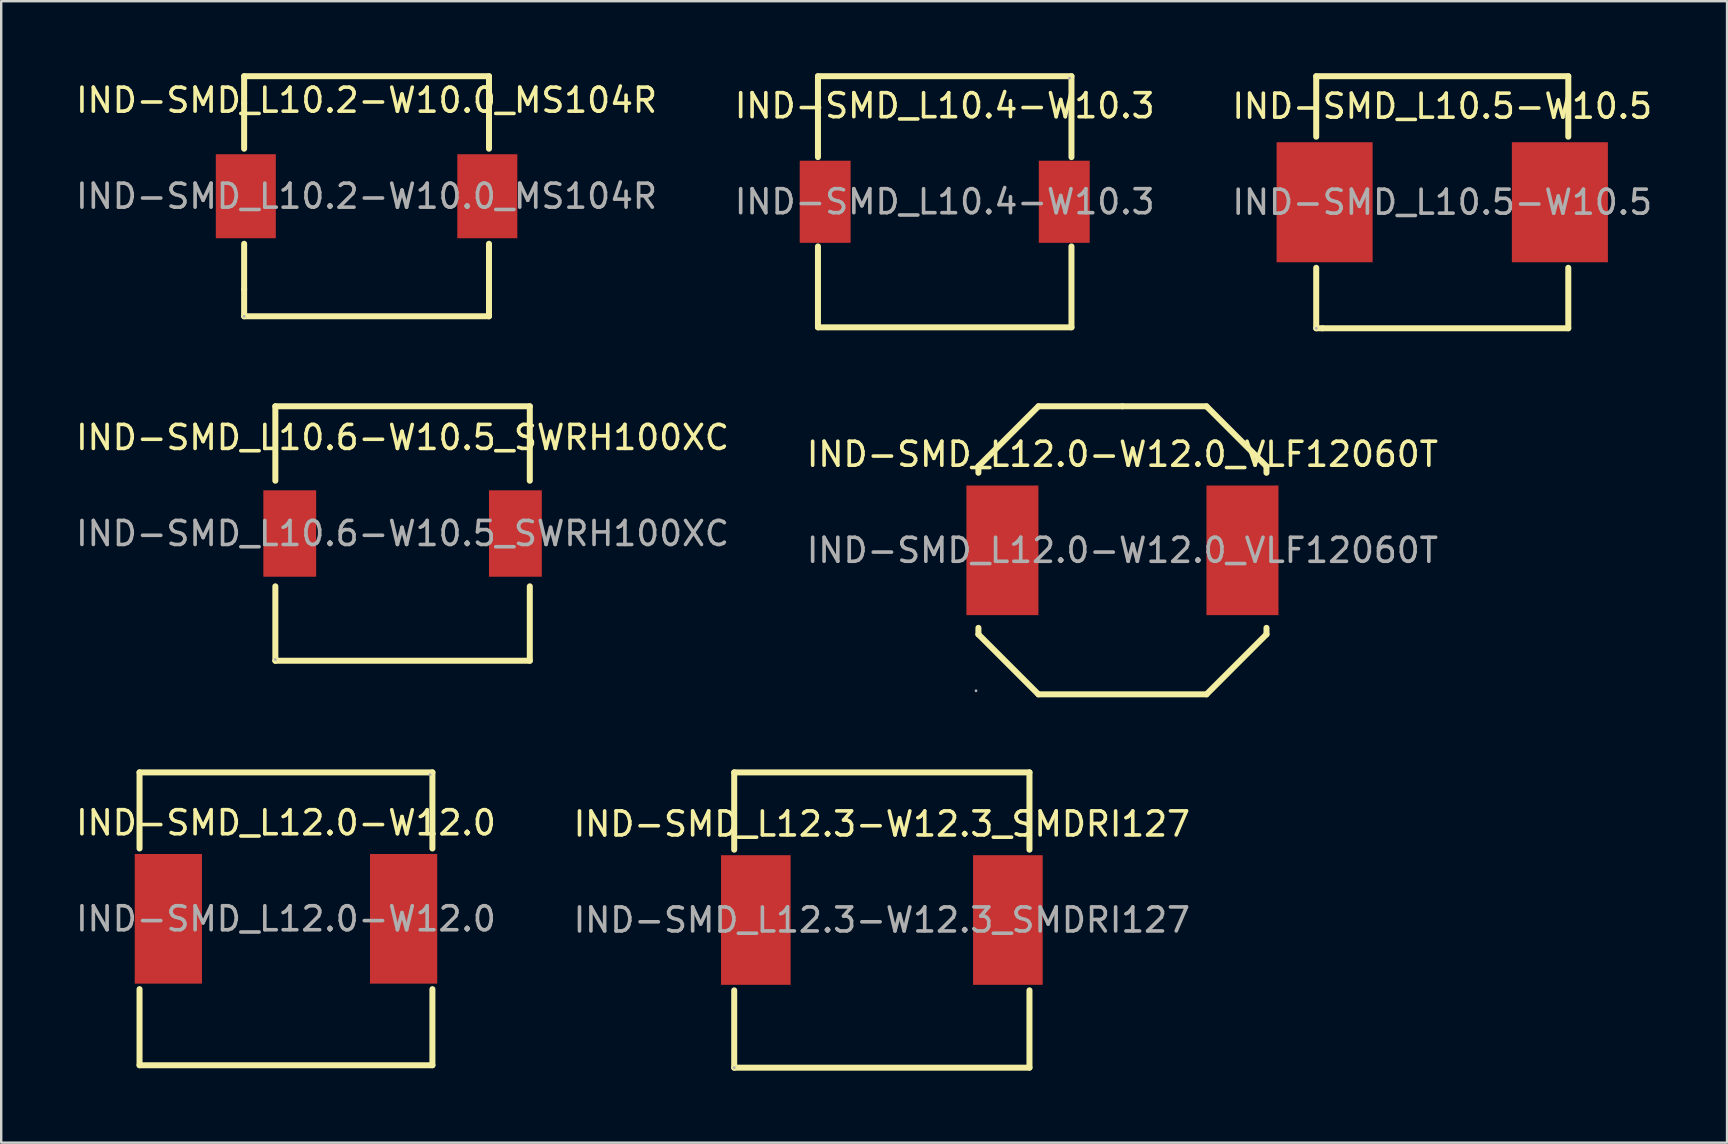
<source format=kicad_pcb>
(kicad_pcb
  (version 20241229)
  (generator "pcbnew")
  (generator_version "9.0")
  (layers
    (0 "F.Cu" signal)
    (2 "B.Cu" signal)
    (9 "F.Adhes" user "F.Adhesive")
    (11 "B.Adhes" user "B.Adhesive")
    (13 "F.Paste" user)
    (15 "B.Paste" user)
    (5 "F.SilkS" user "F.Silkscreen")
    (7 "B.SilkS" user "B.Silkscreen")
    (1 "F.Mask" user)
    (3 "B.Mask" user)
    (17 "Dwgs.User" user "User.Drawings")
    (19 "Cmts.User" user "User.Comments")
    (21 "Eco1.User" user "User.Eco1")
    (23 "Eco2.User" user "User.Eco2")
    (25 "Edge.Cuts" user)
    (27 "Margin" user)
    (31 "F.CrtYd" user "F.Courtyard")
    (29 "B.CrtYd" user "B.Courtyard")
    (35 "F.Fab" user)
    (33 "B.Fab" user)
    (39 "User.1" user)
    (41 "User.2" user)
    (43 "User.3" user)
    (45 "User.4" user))
  (footprint "IND-SMD_L12.3-W12.3_SMDRI127"
    (layer "F.Cu")
    (at 33.685 35.275)
    (property "Reference" "IND-SMD_L12.3-W12.3_SMDRI127" (at 0 -4 0) (layer "F.SilkS") (effects (font (size 1 1) (thickness 0.15))))
    (attr through_hole)
    (fp_line (start -6.15 -6.15) (end -6.15 -2.93) (stroke (width 0.25) (type solid)) (layer "F.SilkS"))
    (fp_line (start -6.15 -6.15) (end 6.15 -6.15) (stroke (width 0.25) (type solid)) (layer "F.SilkS"))
    (fp_line (start -6.15 2.93) (end -6.15 6.15) (stroke (width 0.25) (type solid)) (layer "F.SilkS"))
    (fp_line (start -6.15 6.15) (end 6.15 6.15) (stroke (width 0.25) (type solid)) (layer "F.SilkS"))
    (fp_line (start 6.15 -2.93) (end 6.15 -6.15) (stroke (width 0.25) (type solid)) (layer "F.SilkS"))
    (fp_line (start 6.15 6.15) (end 6.15 2.93) (stroke (width 0.25) (type solid)) (layer "F.SilkS"))
    (fp_circle (center -6.15 6.15) (end -6.12 6.15) (stroke (width 0.06) (type solid)) (fill no) (layer "F.Fab"))
    (fp_text user "${REFERENCE}" (at 0 0 0) (layer "F.Fab") (effects (font (size 1 1) (thickness 0.15))))
    (pad "1" smd rect (at -5.25 0) (size 2.9 5.4) (layers "F.Cu" "F.Mask" "F.Paste"))
    (pad "2" smd rect (at 5.25 0) (size 2.9 5.4) (layers "F.Cu" "F.Mask" "F.Paste")))
  (footprint "IND-SMD_L10.6-W10.5_SWRH100XC"
    (layer "F.Cu")
    (at 13.72 19.175)
    (property "Reference" "IND-SMD_L10.6-W10.5_SWRH100XC" (at 0 -4 0) (layer "F.SilkS") (effects (font (size 1 1) (thickness 0.15))))
    (attr through_hole)
    (fp_line (start -5.3 -5.3) (end -5.3 -2.2) (stroke (width 0.25) (type solid)) (layer "F.SilkS"))
    (fp_line (start -5.3 -5.3) (end 5.3 -5.3) (stroke (width 0.25) (type solid)) (layer "F.SilkS"))
    (fp_line (start -5.3 2.2) (end -5.3 5.3) (stroke (width 0.25) (type solid)) (layer "F.SilkS"))
    (fp_line (start -5.3 5.3) (end 5.3 5.3) (stroke (width 0.25) (type solid)) (layer "F.SilkS"))
    (fp_line (start 5.3 -5.3) (end 5.3 -2.2) (stroke (width 0.25) (type solid)) (layer "F.SilkS"))
    (fp_line (start 5.3 2.2) (end 5.3 5.3) (stroke (width 0.25) (type solid)) (layer "F.SilkS"))
    (fp_circle (center -5.3 5.25) (end -5.27 5.25) (stroke (width 0.06) (type solid)) (fill no) (layer "F.Fab"))
    (fp_text user "${REFERENCE}" (at 0 0 0) (layer "F.Fab") (effects (font (size 1 1) (thickness 0.15))))
    (pad "1" smd rect (at -4.7 0) (size 2.2 3.6) (layers "F.Cu" "F.Mask" "F.Paste"))
    (pad "2" smd rect (at 4.7 0) (size 2.2 3.6) (layers "F.Cu" "F.Mask" "F.Paste")))
  (footprint "IND-SMD_L10.2-W10.0_MS104R"
    (layer "F.Cu")
    (at 12.22 5.125)
    (property "Reference" "IND-SMD_L10.2-W10.0_MS104R" (at 0 -4 0) (layer "F.SilkS") (effects (font (size 1 1) (thickness 0.15))))
    (attr through_hole)
    (fp_line (start -5.1 -5) (end 5.1 -5) (stroke (width 0.25) (type solid)) (layer "F.SilkS"))
    (fp_line (start -5.1 -3.88) (end -5.1 -5) (stroke (width 0.25) (type solid)) (layer "F.SilkS"))
    (fp_line (start -5.1 -3.88) (end -5.1 -1.98) (stroke (width 0.25) (type solid)) (layer "F.SilkS"))
    (fp_line (start -5.1 1.98) (end -5.1 3.88) (stroke (width 0.25) (type solid)) (layer "F.SilkS"))
    (fp_line (start -5.1 5) (end -5.1 3.88) (stroke (width 0.25) (type solid)) (layer "F.SilkS"))
    (fp_line (start -5.1 5) (end 5.1 5) (stroke (width 0.25) (type solid)) (layer "F.SilkS"))
    (fp_line (start 5.1 -5) (end 5.1 -3.88) (stroke (width 0.25) (type solid)) (layer "F.SilkS"))
    (fp_line (start 5.1 -3.88) (end 5.1 -1.98) (stroke (width 0.25) (type solid)) (layer "F.SilkS"))
    (fp_line (start 5.1 1.98) (end 5.1 3.88) (stroke (width 0.25) (type solid)) (layer "F.SilkS"))
    (fp_line (start 5.1 3.88) (end 5.1 5) (stroke (width 0.25) (type solid)) (layer "F.SilkS"))
    (fp_circle (center -5.1 5) (end -5.07 5) (stroke (width 0.06) (type solid)) (fill no) (layer "F.Fab"))
    (fp_text user "${REFERENCE}" (at 0 0 0) (layer "F.Fab") (effects (font (size 1 1) (thickness 0.15))))
    (pad "1" smd rect (at -5.03 0) (size 2.5 3.5) (layers "F.Cu" "F.Mask" "F.Paste"))
    (pad "2" smd rect (at 5.03 0) (size 2.5 3.5) (layers "F.Cu" "F.Mask" "F.Paste")))
  (footprint "IND-SMD_L12.0-W12.0"
    (layer "F.Cu")
    (at 8.863 35.225)
    (property "Reference" "IND-SMD_L12.0-W12.0" (at 0 -4 0) (layer "F.SilkS") (effects (font (size 1 1) (thickness 0.15))))
    (attr through_hole)
    (fp_line (start -6.1 -6.1) (end -6.1 -2.93) (stroke (width 0.25) (type solid)) (layer "F.SilkS"))
    (fp_line (start -6.1 2.93) (end -6.1 6.1) (stroke (width 0.25) (type solid)) (layer "F.SilkS"))
    (fp_line (start -6.1 6.1) (end 6.1 6.1) (stroke (width 0.25) (type solid)) (layer "F.SilkS"))
    (fp_line (start 6.1 -6.1) (end -6.1 -6.1) (stroke (width 0.25) (type solid)) (layer "F.SilkS"))
    (fp_line (start 6.1 -2.93) (end 6.1 -6.1) (stroke (width 0.25) (type solid)) (layer "F.SilkS"))
    (fp_line (start 6.1 6.1) (end 6.1 2.93) (stroke (width 0.25) (type solid)) (layer "F.SilkS"))
    (fp_circle (center 6 -6) (end 6.03 -6) (stroke (width 0.06) (type solid)) (fill no) (layer "F.Fab"))
    (fp_text user "${REFERENCE}" (at 0 0 0) (layer "F.Fab") (effects (font (size 1 1) (thickness 0.15))))
    (pad "1" smd rect (at 4.9 0 90) (size 5.4 2.8) (layers "F.Cu" "F.Mask" "F.Paste"))
    (pad "2" smd rect (at -4.9 0 90) (size 5.4 2.8) (layers "F.Cu" "F.Mask" "F.Paste")))
  (footprint "IND-SMD_L10.5-W10.5"
    (layer "F.Cu")
    (at 57.03 5.375)
    (property "Reference" "IND-SMD_L10.5-W10.5" (at 0 -4 0) (layer "F.SilkS") (effects (font (size 1 1) (thickness 0.15))))
    (attr through_hole)
    (fp_line (start -5.25 -5.25) (end -5.25 -2.73) (stroke (width 0.25) (type solid)) (layer "F.SilkS"))
    (fp_line (start -5.25 -5.25) (end 5.25 -5.25) (stroke (width 0.25) (type solid)) (layer "F.SilkS"))
    (fp_line (start -5.25 2.73) (end -5.25 5.25) (stroke (width 0.25) (type solid)) (layer "F.SilkS"))
    (fp_line (start -4.99 5.25) (end -5.25 5.25) (stroke (width 0.25) (type solid)) (layer "F.SilkS"))
    (fp_line (start 5.25 -5.25) (end 5.25 -2.73) (stroke (width 0.25) (type solid)) (layer "F.SilkS"))
    (fp_line (start 5.25 2.73) (end 5.25 5.25) (stroke (width 0.25) (type solid)) (layer "F.SilkS"))
    (fp_line (start 5.25 5.25) (end -4.99 5.25) (stroke (width 0.25) (type solid)) (layer "F.SilkS"))
    (fp_circle (center -5.25 5.25) (end -5.22 5.25) (stroke (width 0.06) (type solid)) (fill no) (layer "F.Fab"))
    (fp_text user "${REFERENCE}" (at 0 0 0) (layer "F.Fab") (effects (font (size 1 1) (thickness 0.15))))
    (pad "1" smd rect (at -4.9 0) (size 4 5) (layers "F.Cu" "F.Mask" "F.Paste"))
    (pad "2" smd rect (at 4.9 0) (size 4 5) (layers "F.Cu" "F.Mask" "F.Paste")))
  (footprint "IND-SMD_L10.4-W10.3"
    (layer "F.Cu")
    (at 36.304 5.355)
    (property "Reference" "IND-SMD_L10.4-W10.3" (at 0 -4 0) (layer "F.SilkS") (effects (font (size 1 1) (thickness 0.15))))
    (attr through_hole)
    (fp_line (start -5.28 -5.23) (end 5.28 -5.23) (stroke (width 0.25) (type solid)) (layer "F.SilkS"))
    (fp_line (start -5.28 -1.86) (end -5.28 -5.23) (stroke (width 0.25) (type solid)) (layer "F.SilkS"))
    (fp_line (start -5.28 1.86) (end -5.28 5.23) (stroke (width 0.25) (type solid)) (layer "F.SilkS"))
    (fp_line (start -5.28 5.23) (end 5.28 5.23) (stroke (width 0.25) (type solid)) (layer "F.SilkS"))
    (fp_line (start 5.28 -5.23) (end 5.28 -1.86) (stroke (width 0.25) (type solid)) (layer "F.SilkS"))
    (fp_line (start 5.28 5.23) (end 5.28 1.86) (stroke (width 0.25) (type solid)) (layer "F.SilkS"))
    (fp_circle (center 5.2 -5.15) (end 5.23 -5.15) (stroke (width 0.06) (type solid)) (fill no) (layer "F.Fab"))
    (fp_text user "${REFERENCE}" (at 0 0 0) (layer "F.Fab") (effects (font (size 1 1) (thickness 0.15))))
    (pad "1" smd rect (at 4.98 0) (size 2.12 3.42) (layers "F.Cu" "F.Mask" "F.Paste"))
    (pad "2" smd rect (at -4.98 0) (size 2.12 3.42) (layers "F.Cu" "F.Mask" "F.Paste")))
  (footprint "IND-SMD_L12.0-W12.0_VLF12060T"
    (layer "F.Cu")
    (at 43.708 19.875)
    (property "Reference" "IND-SMD_L12.0-W12.0_VLF12060T" (at 0 -4 0) (layer "F.SilkS") (effects (font (size 1 1) (thickness 0.15))))
    (attr through_hole)
    (fp_line (start -6 -3.5) (end -3.5 -6) (stroke (width 0.25) (type solid)) (layer "F.SilkS"))
    (fp_line (start -6 -3.23) (end -6 -3.5) (stroke (width 0.25) (type solid)) (layer "F.SilkS"))
    (fp_line (start -6 3.5) (end -6 3.23) (stroke (width 0.25) (type solid)) (layer "F.SilkS"))
    (fp_line (start -3.5 -6) (end 0 -6) (stroke (width 0.25) (type solid)) (layer "F.SilkS"))
    (fp_line (start -3.5 6) (end -6 3.5) (stroke (width 0.25) (type solid)) (layer "F.SilkS"))
    (fp_line (start 0 -6) (end 3.5 -6) (stroke (width 0.25) (type solid)) (layer "F.SilkS"))
    (fp_line (start 3.5 -6) (end 6 -3.5) (stroke (width 0.25) (type solid)) (layer "F.SilkS"))
    (fp_line (start 3.5 6) (end -3.5 6) (stroke (width 0.25) (type solid)) (layer "F.SilkS"))
    (fp_line (start 6 -3.5) (end 6 -3.23) (stroke (width 0.25) (type solid)) (layer "F.SilkS"))
    (fp_line (start 6 3.23) (end 6 3.5) (stroke (width 0.25) (type solid)) (layer "F.SilkS"))
    (fp_line (start 6 3.5) (end 3.5 6) (stroke (width 0.25) (type solid)) (layer "F.SilkS"))
    (fp_circle (center -6.1 5.85) (end -6.07 5.85) (stroke (width 0.06) (type solid)) (fill no) (layer "F.Fab"))
    (fp_text user "${REFERENCE}" (at 0 0 0) (layer "F.Fab") (effects (font (size 1 1) (thickness 0.15))))
    (pad "1" smd rect (at -5 0) (size 3 5.4) (layers "F.Cu" "F.Mask" "F.Paste"))
    (pad "2" smd rect (at 5 0) (size 3 5.4) (layers "F.Cu" "F.Mask" "F.Paste")))
  (gr_rect
    (start -3 -3)
    (end 68.893 44.55)
    (stroke (width 0.1) (type default))
    (fill no)
    (layer "Edge.Cuts")))
</source>
